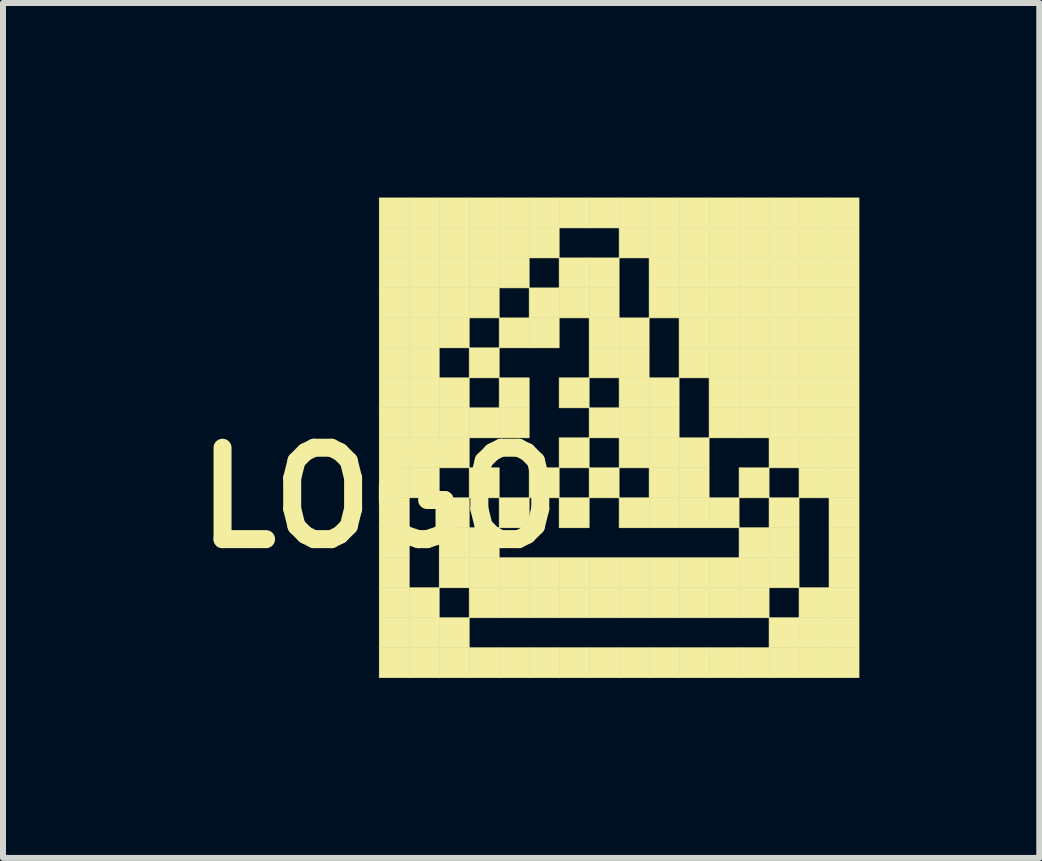
<source format=kicad_pcb>
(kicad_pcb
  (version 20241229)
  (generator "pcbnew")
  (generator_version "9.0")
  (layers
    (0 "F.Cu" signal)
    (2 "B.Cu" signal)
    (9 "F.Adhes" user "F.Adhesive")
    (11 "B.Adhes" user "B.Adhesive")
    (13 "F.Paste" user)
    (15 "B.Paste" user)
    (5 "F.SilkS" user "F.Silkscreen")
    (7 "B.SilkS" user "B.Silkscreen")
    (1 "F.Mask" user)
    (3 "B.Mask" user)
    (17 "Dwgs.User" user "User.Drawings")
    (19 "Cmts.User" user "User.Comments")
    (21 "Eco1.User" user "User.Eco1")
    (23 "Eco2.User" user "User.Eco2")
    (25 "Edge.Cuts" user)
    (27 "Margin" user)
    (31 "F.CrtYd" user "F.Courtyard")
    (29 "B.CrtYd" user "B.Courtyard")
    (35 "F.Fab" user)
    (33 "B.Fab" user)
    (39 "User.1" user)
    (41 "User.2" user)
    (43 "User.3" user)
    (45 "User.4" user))
  (footprint "LOGO"
    (layer "F.Cu")
    (at 3.273 0.25)
    (property "Reference" "LOGO" (at 0 5 0) (layer "F.SilkS") (effects (font (size 1.524 1.524) (thickness 0.3))))
    (attr through_hole)
    (fp_poly (pts (xy 0 0) (xy 0.5 0) (xy 0.5 0.5) (xy 0 0.5) (xy 0 0)) (stroke (width 0.01) (type solid)) (fill yes) (layer "F.SilkS"))
    (fp_poly (pts (xy 0 0.5) (xy 0.5 0.5) (xy 0.5 1) (xy 0 1) (xy 0 0.5)) (stroke (width 0.01) (type solid)) (fill yes) (layer "F.SilkS"))
    (fp_poly (pts (xy 0 1) (xy 0.5 1) (xy 0.5 1.5) (xy 0 1.5) (xy 0 1)) (stroke (width 0.01) (type solid)) (fill yes) (layer "F.SilkS"))
    (fp_poly (pts (xy 0 1.5) (xy 0.5 1.5) (xy 0.5 2) (xy 0 2) (xy 0 1.5)) (stroke (width 0.01) (type solid)) (fill yes) (layer "F.SilkS"))
    (fp_poly (pts (xy 0 2) (xy 0.5 2) (xy 0.5 2.5) (xy 0 2.5) (xy 0 2)) (stroke (width 0.01) (type solid)) (fill yes) (layer "F.SilkS"))
    (fp_poly (pts (xy 0 2.5) (xy 0.5 2.5) (xy 0.5 3) (xy 0 3) (xy 0 2.5)) (stroke (width 0.01) (type solid)) (fill yes) (layer "F.SilkS"))
    (fp_poly (pts (xy 0 3) (xy 0.5 3) (xy 0.5 3.5) (xy 0 3.5) (xy 0 3)) (stroke (width 0.01) (type solid)) (fill yes) (layer "F.SilkS"))
    (fp_poly (pts (xy 0 3.5) (xy 0.5 3.5) (xy 0.5 4) (xy 0 4) (xy 0 3.5)) (stroke (width 0.01) (type solid)) (fill yes) (layer "F.SilkS"))
    (fp_poly (pts (xy 0 4) (xy 0.5 4) (xy 0.5 4.5) (xy 0 4.5) (xy 0 4)) (stroke (width 0.01) (type solid)) (fill yes) (layer "F.SilkS"))
    (fp_poly (pts (xy 0 4.5) (xy 0.5 4.5) (xy 0.5 5) (xy 0 5) (xy 0 4.5)) (stroke (width 0.01) (type solid)) (fill yes) (layer "F.SilkS"))
    (fp_poly (pts (xy 0 5) (xy 0.5 5) (xy 0.5 5.5) (xy 0 5.5) (xy 0 5)) (stroke (width 0.01) (type solid)) (fill yes) (layer "F.SilkS"))
    (fp_poly (pts (xy 0 5.5) (xy 0.5 5.5) (xy 0.5 6) (xy 0 6) (xy 0 5.5)) (stroke (width 0.01) (type solid)) (fill yes) (layer "F.SilkS"))
    (fp_poly (pts (xy 0 6) (xy 0.5 6) (xy 0.5 6.5) (xy 0 6.5) (xy 0 6)) (stroke (width 0.01) (type solid)) (fill yes) (layer "F.SilkS"))
    (fp_poly (pts (xy 0 6.5) (xy 0.5 6.5) (xy 0.5 7) (xy 0 7) (xy 0 6.5)) (stroke (width 0.01) (type solid)) (fill yes) (layer "F.SilkS"))
    (fp_poly (pts (xy 0 7) (xy 0.5 7) (xy 0.5 7.5) (xy 0 7.5) (xy 0 7)) (stroke (width 0.01) (type solid)) (fill yes) (layer "F.SilkS"))
    (fp_poly (pts (xy 0 7.5) (xy 0.5 7.5) (xy 0.5 8) (xy 0 8) (xy 0 7.5)) (stroke (width 0.01) (type solid)) (fill yes) (layer "F.SilkS"))
    (fp_poly (pts (xy 0.5 0) (xy 1 0) (xy 1 0.5) (xy 0.5 0.5) (xy 0.5 0)) (stroke (width 0.01) (type solid)) (fill yes) (layer "F.SilkS"))
    (fp_poly (pts (xy 0.5 0.5) (xy 1 0.5) (xy 1 1) (xy 0.5 1) (xy 0.5 0.5)) (stroke (width 0.01) (type solid)) (fill yes) (layer "F.SilkS"))
    (fp_poly (pts (xy 0.5 1) (xy 1 1) (xy 1 1.5) (xy 0.5 1.5) (xy 0.5 1)) (stroke (width 0.01) (type solid)) (fill yes) (layer "F.SilkS"))
    (fp_poly (pts (xy 0.5 1.5) (xy 1 1.5) (xy 1 2) (xy 0.5 2) (xy 0.5 1.5)) (stroke (width 0.01) (type solid)) (fill yes) (layer "F.SilkS"))
    (fp_poly (pts (xy 0.5 2) (xy 1 2) (xy 1 2.5) (xy 0.5 2.5) (xy 0.5 2)) (stroke (width 0.01) (type solid)) (fill yes) (layer "F.SilkS"))
    (fp_poly (pts (xy 0.5 2.5) (xy 1 2.5) (xy 1 3) (xy 0.5 3) (xy 0.5 2.5)) (stroke (width 0.01) (type solid)) (fill yes) (layer "F.SilkS"))
    (fp_poly (pts (xy 0.5 3) (xy 1 3) (xy 1 3.5) (xy 0.5 3.5) (xy 0.5 3)) (stroke (width 0.01) (type solid)) (fill yes) (layer "F.SilkS"))
    (fp_poly (pts (xy 0.5 3.5) (xy 1 3.5) (xy 1 4) (xy 0.5 4) (xy 0.5 3.5)) (stroke (width 0.01) (type solid)) (fill yes) (layer "F.SilkS"))
    (fp_poly (pts (xy 0.5 4) (xy 1 4) (xy 1 4.5) (xy 0.5 4.5) (xy 0.5 4)) (stroke (width 0.01) (type solid)) (fill yes) (layer "F.SilkS"))
    (fp_poly (pts (xy 0.5 4.5) (xy 1 4.5) (xy 1 5) (xy 0.5 5) (xy 0.5 4.5)) (stroke (width 0.01) (type solid)) (fill yes) (layer "F.SilkS"))
    (fp_poly (pts (xy 0.5 6.5) (xy 1 6.5) (xy 1 7) (xy 0.5 7) (xy 0.5 6.5)) (stroke (width 0.01) (type solid)) (fill yes) (layer "F.SilkS"))
    (fp_poly (pts (xy 0.5 7) (xy 1 7) (xy 1 7.5) (xy 0.5 7.5) (xy 0.5 7)) (stroke (width 0.01) (type solid)) (fill yes) (layer "F.SilkS"))
    (fp_poly (pts (xy 0.5 7.5) (xy 1 7.5) (xy 1 8) (xy 0.5 8) (xy 0.5 7.5)) (stroke (width 0.01) (type solid)) (fill yes) (layer "F.SilkS"))
    (fp_poly (pts (xy 1 0) (xy 1.5 0) (xy 1.5 0.5) (xy 1 0.5) (xy 1 0)) (stroke (width 0.01) (type solid)) (fill yes) (layer "F.SilkS"))
    (fp_poly (pts (xy 1 0.5) (xy 1.5 0.5) (xy 1.5 1) (xy 1 1) (xy 1 0.5)) (stroke (width 0.01) (type solid)) (fill yes) (layer "F.SilkS"))
    (fp_poly (pts (xy 1 1) (xy 1.5 1) (xy 1.5 1.5) (xy 1 1.5) (xy 1 1)) (stroke (width 0.01) (type solid)) (fill yes) (layer "F.SilkS"))
    (fp_poly (pts (xy 1 1.5) (xy 1.5 1.5) (xy 1.5 2) (xy 1 2) (xy 1 1.5)) (stroke (width 0.01) (type solid)) (fill yes) (layer "F.SilkS"))
    (fp_poly (pts (xy 1 2) (xy 1.5 2) (xy 1.5 2.5) (xy 1 2.5) (xy 1 2)) (stroke (width 0.01) (type solid)) (fill yes) (layer "F.SilkS"))
    (fp_poly (pts (xy 1 3) (xy 1.5 3) (xy 1.5 3.5) (xy 1 3.5) (xy 1 3)) (stroke (width 0.01) (type solid)) (fill yes) (layer "F.SilkS"))
    (fp_poly (pts (xy 1 3.5) (xy 1.5 3.5) (xy 1.5 4) (xy 1 4) (xy 1 3.5)) (stroke (width 0.01) (type solid)) (fill yes) (layer "F.SilkS"))
    (fp_poly (pts (xy 1 4) (xy 1.5 4) (xy 1.5 4.5) (xy 1 4.5) (xy 1 4)) (stroke (width 0.01) (type solid)) (fill yes) (layer "F.SilkS"))
    (fp_poly (pts (xy 1 5) (xy 1.5 5) (xy 1.5 5.5) (xy 1 5.5) (xy 1 5)) (stroke (width 0.01) (type solid)) (fill yes) (layer "F.SilkS"))
    (fp_poly (pts (xy 1 5.5) (xy 1.5 5.5) (xy 1.5 6) (xy 1 6) (xy 1 5.5)) (stroke (width 0.01) (type solid)) (fill yes) (layer "F.SilkS"))
    (fp_poly (pts (xy 1 6) (xy 1.5 6) (xy 1.5 6.5) (xy 1 6.5) (xy 1 6)) (stroke (width 0.01) (type solid)) (fill yes) (layer "F.SilkS"))
    (fp_poly (pts (xy 1 7) (xy 1.5 7) (xy 1.5 7.5) (xy 1 7.5) (xy 1 7)) (stroke (width 0.01) (type solid)) (fill yes) (layer "F.SilkS"))
    (fp_poly (pts (xy 1 7.5) (xy 1.5 7.5) (xy 1.5 8) (xy 1 8) (xy 1 7.5)) (stroke (width 0.01) (type solid)) (fill yes) (layer "F.SilkS"))
    (fp_poly (pts (xy 1.5 0) (xy 2 0) (xy 2 0.5) (xy 1.5 0.5) (xy 1.5 0)) (stroke (width 0.01) (type solid)) (fill yes) (layer "F.SilkS"))
    (fp_poly (pts (xy 1.5 0.5) (xy 2 0.5) (xy 2 1) (xy 1.5 1) (xy 1.5 0.5)) (stroke (width 0.01) (type solid)) (fill yes) (layer "F.SilkS"))
    (fp_poly (pts (xy 1.5 1) (xy 2 1) (xy 2 1.5) (xy 1.5 1.5) (xy 1.5 1)) (stroke (width 0.01) (type solid)) (fill yes) (layer "F.SilkS"))
    (fp_poly (pts (xy 1.5 1.5) (xy 2 1.5) (xy 2 2) (xy 1.5 2) (xy 1.5 1.5)) (stroke (width 0.01) (type solid)) (fill yes) (layer "F.SilkS"))
    (fp_poly (pts (xy 1.5 2.5) (xy 2 2.5) (xy 2 3) (xy 1.5 3) (xy 1.5 2.5)) (stroke (width 0.01) (type solid)) (fill yes) (layer "F.SilkS"))
    (fp_poly (pts (xy 1.5 3.5) (xy 2 3.5) (xy 2 4) (xy 1.5 4) (xy 1.5 3.5)) (stroke (width 0.01) (type solid)) (fill yes) (layer "F.SilkS"))
    (fp_poly (pts (xy 1.5 4.5) (xy 2 4.5) (xy 2 5) (xy 1.5 5) (xy 1.5 4.5)) (stroke (width 0.01) (type solid)) (fill yes) (layer "F.SilkS"))
    (fp_poly (pts (xy 1.5 5.5) (xy 2 5.5) (xy 2 6) (xy 1.5 6) (xy 1.5 5.5)) (stroke (width 0.01) (type solid)) (fill yes) (layer "F.SilkS"))
    (fp_poly (pts (xy 1.5 6) (xy 2 6) (xy 2 6.5) (xy 1.5 6.5) (xy 1.5 6)) (stroke (width 0.01) (type solid)) (fill yes) (layer "F.SilkS"))
    (fp_poly (pts (xy 1.5 6.5) (xy 2 6.5) (xy 2 7) (xy 1.5 7) (xy 1.5 6.5)) (stroke (width 0.01) (type solid)) (fill yes) (layer "F.SilkS"))
    (fp_poly (pts (xy 1.5 7.5) (xy 2 7.5) (xy 2 8) (xy 1.5 8) (xy 1.5 7.5)) (stroke (width 0.01) (type solid)) (fill yes) (layer "F.SilkS"))
    (fp_poly (pts (xy 2 0) (xy 2.5 0) (xy 2.5 0.5) (xy 2 0.5) (xy 2 0)) (stroke (width 0.01) (type solid)) (fill yes) (layer "F.SilkS"))
    (fp_poly (pts (xy 2 0.5) (xy 2.5 0.5) (xy 2.5 1) (xy 2 1) (xy 2 0.5)) (stroke (width 0.01) (type solid)) (fill yes) (layer "F.SilkS"))
    (fp_poly (pts (xy 2 1) (xy 2.5 1) (xy 2.5 1.5) (xy 2 1.5) (xy 2 1)) (stroke (width 0.01) (type solid)) (fill yes) (layer "F.SilkS"))
    (fp_poly (pts (xy 2 2) (xy 2.5 2) (xy 2.5 2.5) (xy 2 2.5) (xy 2 2)) (stroke (width 0.01) (type solid)) (fill yes) (layer "F.SilkS"))
    (fp_poly (pts (xy 2 3) (xy 2.5 3) (xy 2.5 3.5) (xy 2 3.5) (xy 2 3)) (stroke (width 0.01) (type solid)) (fill yes) (layer "F.SilkS"))
    (fp_poly (pts (xy 2 3.5) (xy 2.5 3.5) (xy 2.5 4) (xy 2 4) (xy 2 3.5)) (stroke (width 0.01) (type solid)) (fill yes) (layer "F.SilkS"))
    (fp_poly (pts (xy 2 5) (xy 2.5 5) (xy 2.5 5.5) (xy 2 5.5) (xy 2 5)) (stroke (width 0.01) (type solid)) (fill yes) (layer "F.SilkS"))
    (fp_poly (pts (xy 2 6) (xy 2.5 6) (xy 2.5 6.5) (xy 2 6.5) (xy 2 6)) (stroke (width 0.01) (type solid)) (fill yes) (layer "F.SilkS"))
    (fp_poly (pts (xy 2 6.5) (xy 2.5 6.5) (xy 2.5 7) (xy 2 7) (xy 2 6.5)) (stroke (width 0.01) (type solid)) (fill yes) (layer "F.SilkS"))
    (fp_poly (pts (xy 2 7.5) (xy 2.5 7.5) (xy 2.5 8) (xy 2 8) (xy 2 7.5)) (stroke (width 0.01) (type solid)) (fill yes) (layer "F.SilkS"))
    (fp_poly (pts (xy 2.5 0) (xy 3 0) (xy 3 0.5) (xy 2.5 0.5) (xy 2.5 0)) (stroke (width 0.01) (type solid)) (fill yes) (layer "F.SilkS"))
    (fp_poly (pts (xy 2.5 0.5) (xy 3 0.5) (xy 3 1) (xy 2.5 1) (xy 2.5 0.5)) (stroke (width 0.01) (type solid)) (fill yes) (layer "F.SilkS"))
    (fp_poly (pts (xy 2.5 1.5) (xy 3 1.5) (xy 3 2) (xy 2.5 2) (xy 2.5 1.5)) (stroke (width 0.01) (type solid)) (fill yes) (layer "F.SilkS"))
    (fp_poly (pts (xy 2.5 2) (xy 3 2) (xy 3 2.5) (xy 2.5 2.5) (xy 2.5 2)) (stroke (width 0.01) (type solid)) (fill yes) (layer "F.SilkS"))
    (fp_poly (pts (xy 2.5 4.5) (xy 3 4.5) (xy 3 5) (xy 2.5 5) (xy 2.5 4.5)) (stroke (width 0.01) (type solid)) (fill yes) (layer "F.SilkS"))
    (fp_poly (pts (xy 2.5 6) (xy 3 6) (xy 3 6.5) (xy 2.5 6.5) (xy 2.5 6)) (stroke (width 0.01) (type solid)) (fill yes) (layer "F.SilkS"))
    (fp_poly (pts (xy 2.5 6.5) (xy 3 6.5) (xy 3 7) (xy 2.5 7) (xy 2.5 6.5)) (stroke (width 0.01) (type solid)) (fill yes) (layer "F.SilkS"))
    (fp_poly (pts (xy 2.5 7.5) (xy 3 7.5) (xy 3 8) (xy 2.5 8) (xy 2.5 7.5)) (stroke (width 0.01) (type solid)) (fill yes) (layer "F.SilkS"))
    (fp_poly (pts (xy 3 0) (xy 3.5 0) (xy 3.5 0.5) (xy 3 0.5) (xy 3 0)) (stroke (width 0.01) (type solid)) (fill yes) (layer "F.SilkS"))
    (fp_poly (pts (xy 3 1) (xy 3.5 1) (xy 3.5 1.5) (xy 3 1.5) (xy 3 1)) (stroke (width 0.01) (type solid)) (fill yes) (layer "F.SilkS"))
    (fp_poly (pts (xy 3 1.5) (xy 3.5 1.5) (xy 3.5 2) (xy 3 2) (xy 3 1.5)) (stroke (width 0.01) (type solid)) (fill yes) (layer "F.SilkS"))
    (fp_poly (pts (xy 3 3) (xy 3.5 3) (xy 3.5 3.5) (xy 3 3.5) (xy 3 3)) (stroke (width 0.01) (type solid)) (fill yes) (layer "F.SilkS"))
    (fp_poly (pts (xy 3 4) (xy 3.5 4) (xy 3.5 4.5) (xy 3 4.5) (xy 3 4)) (stroke (width 0.01) (type solid)) (fill yes) (layer "F.SilkS"))
    (fp_poly (pts (xy 3 5) (xy 3.5 5) (xy 3.5 5.5) (xy 3 5.5) (xy 3 5)) (stroke (width 0.01) (type solid)) (fill yes) (layer "F.SilkS"))
    (fp_poly (pts (xy 3 6) (xy 3.5 6) (xy 3.5 6.5) (xy 3 6.5) (xy 3 6)) (stroke (width 0.01) (type solid)) (fill yes) (layer "F.SilkS"))
    (fp_poly (pts (xy 3 6.5) (xy 3.5 6.5) (xy 3.5 7) (xy 3 7) (xy 3 6.5)) (stroke (width 0.01) (type solid)) (fill yes) (layer "F.SilkS"))
    (fp_poly (pts (xy 3 7.5) (xy 3.5 7.5) (xy 3.5 8) (xy 3 8) (xy 3 7.5)) (stroke (width 0.01) (type solid)) (fill yes) (layer "F.SilkS"))
    (fp_poly (pts (xy 3.5 0) (xy 4 0) (xy 4 0.5) (xy 3.5 0.5) (xy 3.5 0)) (stroke (width 0.01) (type solid)) (fill yes) (layer "F.SilkS"))
    (fp_poly (pts (xy 3.5 1) (xy 4 1) (xy 4 1.5) (xy 3.5 1.5) (xy 3.5 1)) (stroke (width 0.01) (type solid)) (fill yes) (layer "F.SilkS"))
    (fp_poly (pts (xy 3.5 1.5) (xy 4 1.5) (xy 4 2) (xy 3.5 2) (xy 3.5 1.5)) (stroke (width 0.01) (type solid)) (fill yes) (layer "F.SilkS"))
    (fp_poly (pts (xy 3.5 2) (xy 4 2) (xy 4 2.5) (xy 3.5 2.5) (xy 3.5 2)) (stroke (width 0.01) (type solid)) (fill yes) (layer "F.SilkS"))
    (fp_poly (pts (xy 3.5 2.5) (xy 4 2.5) (xy 4 3) (xy 3.5 3) (xy 3.5 2.5)) (stroke (width 0.01) (type solid)) (fill yes) (layer "F.SilkS"))
    (fp_poly (pts (xy 3.5 3.5) (xy 4 3.5) (xy 4 4) (xy 3.5 4) (xy 3.5 3.5)) (stroke (width 0.01) (type solid)) (fill yes) (layer "F.SilkS"))
    (fp_poly (pts (xy 3.5 4.5) (xy 4 4.5) (xy 4 5) (xy 3.5 5) (xy 3.5 4.5)) (stroke (width 0.01) (type solid)) (fill yes) (layer "F.SilkS"))
    (fp_poly (pts (xy 3.5 6) (xy 4 6) (xy 4 6.5) (xy 3.5 6.5) (xy 3.5 6)) (stroke (width 0.01) (type solid)) (fill yes) (layer "F.SilkS"))
    (fp_poly (pts (xy 3.5 6.5) (xy 4 6.5) (xy 4 7) (xy 3.5 7) (xy 3.5 6.5)) (stroke (width 0.01) (type solid)) (fill yes) (layer "F.SilkS"))
    (fp_poly (pts (xy 3.5 7.5) (xy 4 7.5) (xy 4 8) (xy 3.5 8) (xy 3.5 7.5)) (stroke (width 0.01) (type solid)) (fill yes) (layer "F.SilkS"))
    (fp_poly (pts (xy 4 0) (xy 4.5 0) (xy 4.5 0.5) (xy 4 0.5) (xy 4 0)) (stroke (width 0.01) (type solid)) (fill yes) (layer "F.SilkS"))
    (fp_poly (pts (xy 4 0.5) (xy 4.5 0.5) (xy 4.5 1) (xy 4 1) (xy 4 0.5)) (stroke (width 0.01) (type solid)) (fill yes) (layer "F.SilkS"))
    (fp_poly (pts (xy 4 2) (xy 4.5 2) (xy 4.5 2.5) (xy 4 2.5) (xy 4 2)) (stroke (width 0.01) (type solid)) (fill yes) (layer "F.SilkS"))
    (fp_poly (pts (xy 4 2.5) (xy 4.5 2.5) (xy 4.5 3) (xy 4 3) (xy 4 2.5)) (stroke (width 0.01) (type solid)) (fill yes) (layer "F.SilkS"))
    (fp_poly (pts (xy 4 3) (xy 4.5 3) (xy 4.5 3.5) (xy 4 3.5) (xy 4 3)) (stroke (width 0.01) (type solid)) (fill yes) (layer "F.SilkS"))
    (fp_poly (pts (xy 4 3.5) (xy 4.5 3.5) (xy 4.5 4) (xy 4 4) (xy 4 3.5)) (stroke (width 0.01) (type solid)) (fill yes) (layer "F.SilkS"))
    (fp_poly (pts (xy 4 4) (xy 4.5 4) (xy 4.5 4.5) (xy 4 4.5) (xy 4 4)) (stroke (width 0.01) (type solid)) (fill yes) (layer "F.SilkS"))
    (fp_poly (pts (xy 4 5) (xy 4.5 5) (xy 4.5 5.5) (xy 4 5.5) (xy 4 5)) (stroke (width 0.01) (type solid)) (fill yes) (layer "F.SilkS"))
    (fp_poly (pts (xy 4 6) (xy 4.5 6) (xy 4.5 6.5) (xy 4 6.5) (xy 4 6)) (stroke (width 0.01) (type solid)) (fill yes) (layer "F.SilkS"))
    (fp_poly (pts (xy 4 6.5) (xy 4.5 6.5) (xy 4.5 7) (xy 4 7) (xy 4 6.5)) (stroke (width 0.01) (type solid)) (fill yes) (layer "F.SilkS"))
    (fp_poly (pts (xy 4 7.5) (xy 4.5 7.5) (xy 4.5 8) (xy 4 8) (xy 4 7.5)) (stroke (width 0.01) (type solid)) (fill yes) (layer "F.SilkS"))
    (fp_poly (pts (xy 4.5 0) (xy 5 0) (xy 5 0.5) (xy 4.5 0.5) (xy 4.5 0)) (stroke (width 0.01) (type solid)) (fill yes) (layer "F.SilkS"))
    (fp_poly (pts (xy 4.5 0.5) (xy 5 0.5) (xy 5 1) (xy 4.5 1) (xy 4.5 0.5)) (stroke (width 0.01) (type solid)) (fill yes) (layer "F.SilkS"))
    (fp_poly (pts (xy 4.5 1) (xy 5 1) (xy 5 1.5) (xy 4.5 1.5) (xy 4.5 1)) (stroke (width 0.01) (type solid)) (fill yes) (layer "F.SilkS"))
    (fp_poly (pts (xy 4.5 1.5) (xy 5 1.5) (xy 5 2) (xy 4.5 2) (xy 4.5 1.5)) (stroke (width 0.01) (type solid)) (fill yes) (layer "F.SilkS"))
    (fp_poly (pts (xy 4.5 3) (xy 5 3) (xy 5 3.5) (xy 4.5 3.5) (xy 4.5 3)) (stroke (width 0.01) (type solid)) (fill yes) (layer "F.SilkS"))
    (fp_poly (pts (xy 4.5 3.5) (xy 5 3.5) (xy 5 4) (xy 4.5 4) (xy 4.5 3.5)) (stroke (width 0.01) (type solid)) (fill yes) (layer "F.SilkS"))
    (fp_poly (pts (xy 4.5 4) (xy 5 4) (xy 5 4.5) (xy 4.5 4.5) (xy 4.5 4)) (stroke (width 0.01) (type solid)) (fill yes) (layer "F.SilkS"))
    (fp_poly (pts (xy 4.5 4.5) (xy 5 4.5) (xy 5 5) (xy 4.5 5) (xy 4.5 4.5)) (stroke (width 0.01) (type solid)) (fill yes) (layer "F.SilkS"))
    (fp_poly (pts (xy 4.5 5) (xy 5 5) (xy 5 5.5) (xy 4.5 5.5) (xy 4.5 5)) (stroke (width 0.01) (type solid)) (fill yes) (layer "F.SilkS"))
    (fp_poly (pts (xy 4.5 6) (xy 5 6) (xy 5 6.5) (xy 4.5 6.5) (xy 4.5 6)) (stroke (width 0.01) (type solid)) (fill yes) (layer "F.SilkS"))
    (fp_poly (pts (xy 4.5 6.5) (xy 5 6.5) (xy 5 7) (xy 4.5 7) (xy 4.5 6.5)) (stroke (width 0.01) (type solid)) (fill yes) (layer "F.SilkS"))
    (fp_poly (pts (xy 4.5 7.5) (xy 5 7.5) (xy 5 8) (xy 4.5 8) (xy 4.5 7.5)) (stroke (width 0.01) (type solid)) (fill yes) (layer "F.SilkS"))
    (fp_poly (pts (xy 5 0) (xy 5.5 0) (xy 5.5 0.5) (xy 5 0.5) (xy 5 0)) (stroke (width 0.01) (type solid)) (fill yes) (layer "F.SilkS"))
    (fp_poly (pts (xy 5 0.5) (xy 5.5 0.5) (xy 5.5 1) (xy 5 1) (xy 5 0.5)) (stroke (width 0.01) (type solid)) (fill yes) (layer "F.SilkS"))
    (fp_poly (pts (xy 5 1) (xy 5.5 1) (xy 5.5 1.5) (xy 5 1.5) (xy 5 1)) (stroke (width 0.01) (type solid)) (fill yes) (layer "F.SilkS"))
    (fp_poly (pts (xy 5 1.5) (xy 5.5 1.5) (xy 5.5 2) (xy 5 2) (xy 5 1.5)) (stroke (width 0.01) (type solid)) (fill yes) (layer "F.SilkS"))
    (fp_poly (pts (xy 5 2) (xy 5.5 2) (xy 5.5 2.5) (xy 5 2.5) (xy 5 2)) (stroke (width 0.01) (type solid)) (fill yes) (layer "F.SilkS"))
    (fp_poly (pts (xy 5 2.5) (xy 5.5 2.5) (xy 5.5 3) (xy 5 3) (xy 5 2.5)) (stroke (width 0.01) (type solid)) (fill yes) (layer "F.SilkS"))
    (fp_poly (pts (xy 5 4) (xy 5.5 4) (xy 5.5 4.5) (xy 5 4.5) (xy 5 4)) (stroke (width 0.01) (type solid)) (fill yes) (layer "F.SilkS"))
    (fp_poly (pts (xy 5 4.5) (xy 5.5 4.5) (xy 5.5 5) (xy 5 5) (xy 5 4.5)) (stroke (width 0.01) (type solid)) (fill yes) (layer "F.SilkS"))
    (fp_poly (pts (xy 5 5) (xy 5.5 5) (xy 5.5 5.5) (xy 5 5.5) (xy 5 5)) (stroke (width 0.01) (type solid)) (fill yes) (layer "F.SilkS"))
    (fp_poly (pts (xy 5 6) (xy 5.5 6) (xy 5.5 6.5) (xy 5 6.5) (xy 5 6)) (stroke (width 0.01) (type solid)) (fill yes) (layer "F.SilkS"))
    (fp_poly (pts (xy 5 6.5) (xy 5.5 6.5) (xy 5.5 7) (xy 5 7) (xy 5 6.5)) (stroke (width 0.01) (type solid)) (fill yes) (layer "F.SilkS"))
    (fp_poly (pts (xy 5 7.5) (xy 5.5 7.5) (xy 5.5 8) (xy 5 8) (xy 5 7.5)) (stroke (width 0.01) (type solid)) (fill yes) (layer "F.SilkS"))
    (fp_poly (pts (xy 5.5 0) (xy 6 0) (xy 6 0.5) (xy 5.5 0.5) (xy 5.5 0)) (stroke (width 0.01) (type solid)) (fill yes) (layer "F.SilkS"))
    (fp_poly (pts (xy 5.5 0.5) (xy 6 0.5) (xy 6 1) (xy 5.5 1) (xy 5.5 0.5)) (stroke (width 0.01) (type solid)) (fill yes) (layer "F.SilkS"))
    (fp_poly (pts (xy 5.5 1) (xy 6 1) (xy 6 1.5) (xy 5.5 1.5) (xy 5.5 1)) (stroke (width 0.01) (type solid)) (fill yes) (layer "F.SilkS"))
    (fp_poly (pts (xy 5.5 1.5) (xy 6 1.5) (xy 6 2) (xy 5.5 2) (xy 5.5 1.5)) (stroke (width 0.01) (type solid)) (fill yes) (layer "F.SilkS"))
    (fp_poly (pts (xy 5.5 2) (xy 6 2) (xy 6 2.5) (xy 5.5 2.5) (xy 5.5 2)) (stroke (width 0.01) (type solid)) (fill yes) (layer "F.SilkS"))
    (fp_poly (pts (xy 5.5 2.5) (xy 6 2.5) (xy 6 3) (xy 5.5 3) (xy 5.5 2.5)) (stroke (width 0.01) (type solid)) (fill yes) (layer "F.SilkS"))
    (fp_poly (pts (xy 5.5 3) (xy 6 3) (xy 6 3.5) (xy 5.5 3.5) (xy 5.5 3)) (stroke (width 0.01) (type solid)) (fill yes) (layer "F.SilkS"))
    (fp_poly (pts (xy 5.5 3.5) (xy 6 3.5) (xy 6 4) (xy 5.5 4) (xy 5.5 3.5)) (stroke (width 0.01) (type solid)) (fill yes) (layer "F.SilkS"))
    (fp_poly (pts (xy 5.5 5) (xy 6 5) (xy 6 5.5) (xy 5.5 5.5) (xy 5.5 5)) (stroke (width 0.01) (type solid)) (fill yes) (layer "F.SilkS"))
    (fp_poly (pts (xy 5.5 6) (xy 6 6) (xy 6 6.5) (xy 5.5 6.5) (xy 5.5 6)) (stroke (width 0.01) (type solid)) (fill yes) (layer "F.SilkS"))
    (fp_poly (pts (xy 5.5 6.5) (xy 6 6.5) (xy 6 7) (xy 5.5 7) (xy 5.5 6.5)) (stroke (width 0.01) (type solid)) (fill yes) (layer "F.SilkS"))
    (fp_poly (pts (xy 5.5 7.5) (xy 6 7.5) (xy 6 8) (xy 5.5 8) (xy 5.5 7.5)) (stroke (width 0.01) (type solid)) (fill yes) (layer "F.SilkS"))
    (fp_poly (pts (xy 6 0) (xy 6.5 0) (xy 6.5 0.5) (xy 6 0.5) (xy 6 0)) (stroke (width 0.01) (type solid)) (fill yes) (layer "F.SilkS"))
    (fp_poly (pts (xy 6 0.5) (xy 6.5 0.5) (xy 6.5 1) (xy 6 1) (xy 6 0.5)) (stroke (width 0.01) (type solid)) (fill yes) (layer "F.SilkS"))
    (fp_poly (pts (xy 6 1) (xy 6.5 1) (xy 6.5 1.5) (xy 6 1.5) (xy 6 1)) (stroke (width 0.01) (type solid)) (fill yes) (layer "F.SilkS"))
    (fp_poly (pts (xy 6 1.5) (xy 6.5 1.5) (xy 6.5 2) (xy 6 2) (xy 6 1.5)) (stroke (width 0.01) (type solid)) (fill yes) (layer "F.SilkS"))
    (fp_poly (pts (xy 6 2) (xy 6.5 2) (xy 6.5 2.5) (xy 6 2.5) (xy 6 2)) (stroke (width 0.01) (type solid)) (fill yes) (layer "F.SilkS"))
    (fp_poly (pts (xy 6 2.5) (xy 6.5 2.5) (xy 6.5 3) (xy 6 3) (xy 6 2.5)) (stroke (width 0.01) (type solid)) (fill yes) (layer "F.SilkS"))
    (fp_poly (pts (xy 6 3) (xy 6.5 3) (xy 6.5 3.5) (xy 6 3.5) (xy 6 3)) (stroke (width 0.01) (type solid)) (fill yes) (layer "F.SilkS"))
    (fp_poly (pts (xy 6 3.5) (xy 6.5 3.5) (xy 6.5 4) (xy 6 4) (xy 6 3.5)) (stroke (width 0.01) (type solid)) (fill yes) (layer "F.SilkS"))
    (fp_poly (pts (xy 6 4.5) (xy 6.5 4.5) (xy 6.5 5) (xy 6 5) (xy 6 4.5)) (stroke (width 0.01) (type solid)) (fill yes) (layer "F.SilkS"))
    (fp_poly (pts (xy 6 5.5) (xy 6.5 5.5) (xy 6.5 6) (xy 6 6) (xy 6 5.5)) (stroke (width 0.01) (type solid)) (fill yes) (layer "F.SilkS"))
    (fp_poly (pts (xy 6 6) (xy 6.5 6) (xy 6.5 6.5) (xy 6 6.5) (xy 6 6)) (stroke (width 0.01) (type solid)) (fill yes) (layer "F.SilkS"))
    (fp_poly (pts (xy 6 6.5) (xy 6.5 6.5) (xy 6.5 7) (xy 6 7) (xy 6 6.5)) (stroke (width 0.01) (type solid)) (fill yes) (layer "F.SilkS"))
    (fp_poly (pts (xy 6 7.5) (xy 6.5 7.5) (xy 6.5 8) (xy 6 8) (xy 6 7.5)) (stroke (width 0.01) (type solid)) (fill yes) (layer "F.SilkS"))
    (fp_poly (pts (xy 6.5 0) (xy 7 0) (xy 7 0.5) (xy 6.5 0.5) (xy 6.5 0)) (stroke (width 0.01) (type solid)) (fill yes) (layer "F.SilkS"))
    (fp_poly (pts (xy 6.5 0.5) (xy 7 0.5) (xy 7 1) (xy 6.5 1) (xy 6.5 0.5)) (stroke (width 0.01) (type solid)) (fill yes) (layer "F.SilkS"))
    (fp_poly (pts (xy 6.5 1) (xy 7 1) (xy 7 1.5) (xy 6.5 1.5) (xy 6.5 1)) (stroke (width 0.01) (type solid)) (fill yes) (layer "F.SilkS"))
    (fp_poly (pts (xy 6.5 1.5) (xy 7 1.5) (xy 7 2) (xy 6.5 2) (xy 6.5 1.5)) (stroke (width 0.01) (type solid)) (fill yes) (layer "F.SilkS"))
    (fp_poly (pts (xy 6.5 2) (xy 7 2) (xy 7 2.5) (xy 6.5 2.5) (xy 6.5 2)) (stroke (width 0.01) (type solid)) (fill yes) (layer "F.SilkS"))
    (fp_poly (pts (xy 6.5 2.5) (xy 7 2.5) (xy 7 3) (xy 6.5 3) (xy 6.5 2.5)) (stroke (width 0.01) (type solid)) (fill yes) (layer "F.SilkS"))
    (fp_poly (pts (xy 6.5 3) (xy 7 3) (xy 7 3.5) (xy 6.5 3.5) (xy 6.5 3)) (stroke (width 0.01) (type solid)) (fill yes) (layer "F.SilkS"))
    (fp_poly (pts (xy 6.5 3.5) (xy 7 3.5) (xy 7 4) (xy 6.5 4) (xy 6.5 3.5)) (stroke (width 0.01) (type solid)) (fill yes) (layer "F.SilkS"))
    (fp_poly (pts (xy 6.5 4) (xy 7 4) (xy 7 4.5) (xy 6.5 4.5) (xy 6.5 4)) (stroke (width 0.01) (type solid)) (fill yes) (layer "F.SilkS"))
    (fp_poly (pts (xy 6.5 5) (xy 7 5) (xy 7 5.5) (xy 6.5 5.5) (xy 6.5 5)) (stroke (width 0.01) (type solid)) (fill yes) (layer "F.SilkS"))
    (fp_poly (pts (xy 6.5 5.5) (xy 7 5.5) (xy 7 6) (xy 6.5 6) (xy 6.5 5.5)) (stroke (width 0.01) (type solid)) (fill yes) (layer "F.SilkS"))
    (fp_poly (pts (xy 6.5 6) (xy 7 6) (xy 7 6.5) (xy 6.5 6.5) (xy 6.5 6)) (stroke (width 0.01) (type solid)) (fill yes) (layer "F.SilkS"))
    (fp_poly (pts (xy 6.5 7) (xy 7 7) (xy 7 7.5) (xy 6.5 7.5) (xy 6.5 7)) (stroke (width 0.01) (type solid)) (fill yes) (layer "F.SilkS"))
    (fp_poly (pts (xy 6.5 7.5) (xy 7 7.5) (xy 7 8) (xy 6.5 8) (xy 6.5 7.5)) (stroke (width 0.01) (type solid)) (fill yes) (layer "F.SilkS"))
    (fp_poly (pts (xy 7 0) (xy 7.5 0) (xy 7.5 0.5) (xy 7 0.5) (xy 7 0)) (stroke (width 0.01) (type solid)) (fill yes) (layer "F.SilkS"))
    (fp_poly (pts (xy 7 0.5) (xy 7.5 0.5) (xy 7.5 1) (xy 7 1) (xy 7 0.5)) (stroke (width 0.01) (type solid)) (fill yes) (layer "F.SilkS"))
    (fp_poly (pts (xy 7 1) (xy 7.5 1) (xy 7.5 1.5) (xy 7 1.5) (xy 7 1)) (stroke (width 0.01) (type solid)) (fill yes) (layer "F.SilkS"))
    (fp_poly (pts (xy 7 1.5) (xy 7.5 1.5) (xy 7.5 2) (xy 7 2) (xy 7 1.5)) (stroke (width 0.01) (type solid)) (fill yes) (layer "F.SilkS"))
    (fp_poly (pts (xy 7 2) (xy 7.5 2) (xy 7.5 2.5) (xy 7 2.5) (xy 7 2)) (stroke (width 0.01) (type solid)) (fill yes) (layer "F.SilkS"))
    (fp_poly (pts (xy 7 2.5) (xy 7.5 2.5) (xy 7.5 3) (xy 7 3) (xy 7 2.5)) (stroke (width 0.01) (type solid)) (fill yes) (layer "F.SilkS"))
    (fp_poly (pts (xy 7 3) (xy 7.5 3) (xy 7.5 3.5) (xy 7 3.5) (xy 7 3)) (stroke (width 0.01) (type solid)) (fill yes) (layer "F.SilkS"))
    (fp_poly (pts (xy 7 3.5) (xy 7.5 3.5) (xy 7.5 4) (xy 7 4) (xy 7 3.5)) (stroke (width 0.01) (type solid)) (fill yes) (layer "F.SilkS"))
    (fp_poly (pts (xy 7 4) (xy 7.5 4) (xy 7.5 4.5) (xy 7 4.5) (xy 7 4)) (stroke (width 0.01) (type solid)) (fill yes) (layer "F.SilkS"))
    (fp_poly (pts (xy 7 4.5) (xy 7.5 4.5) (xy 7.5 5) (xy 7 5) (xy 7 4.5)) (stroke (width 0.01) (type solid)) (fill yes) (layer "F.SilkS"))
    (fp_poly (pts (xy 7 6.5) (xy 7.5 6.5) (xy 7.5 7) (xy 7 7) (xy 7 6.5)) (stroke (width 0.01) (type solid)) (fill yes) (layer "F.SilkS"))
    (fp_poly (pts (xy 7 7) (xy 7.5 7) (xy 7.5 7.5) (xy 7 7.5) (xy 7 7)) (stroke (width 0.01) (type solid)) (fill yes) (layer "F.SilkS"))
    (fp_poly (pts (xy 7 7.5) (xy 7.5 7.5) (xy 7.5 8) (xy 7 8) (xy 7 7.5)) (stroke (width 0.01) (type solid)) (fill yes) (layer "F.SilkS"))
    (fp_poly (pts (xy 7.5 0) (xy 8 0) (xy 8 0.5) (xy 7.5 0.5) (xy 7.5 0)) (stroke (width 0.01) (type solid)) (fill yes) (layer "F.SilkS"))
    (fp_poly (pts (xy 7.5 0.5) (xy 8 0.5) (xy 8 1) (xy 7.5 1) (xy 7.5 0.5)) (stroke (width 0.01) (type solid)) (fill yes) (layer "F.SilkS"))
    (fp_poly (pts (xy 7.5 1) (xy 8 1) (xy 8 1.5) (xy 7.5 1.5) (xy 7.5 1)) (stroke (width 0.01) (type solid)) (fill yes) (layer "F.SilkS"))
    (fp_poly (pts (xy 7.5 1.5) (xy 8 1.5) (xy 8 2) (xy 7.5 2) (xy 7.5 1.5)) (stroke (width 0.01) (type solid)) (fill yes) (layer "F.SilkS"))
    (fp_poly (pts (xy 7.5 2) (xy 8 2) (xy 8 2.5) (xy 7.5 2.5) (xy 7.5 2)) (stroke (width 0.01) (type solid)) (fill yes) (layer "F.SilkS"))
    (fp_poly (pts (xy 7.5 2.5) (xy 8 2.5) (xy 8 3) (xy 7.5 3) (xy 7.5 2.5)) (stroke (width 0.01) (type solid)) (fill yes) (layer "F.SilkS"))
    (fp_poly (pts (xy 7.5 3) (xy 8 3) (xy 8 3.5) (xy 7.5 3.5) (xy 7.5 3)) (stroke (width 0.01) (type solid)) (fill yes) (layer "F.SilkS"))
    (fp_poly (pts (xy 7.5 3.5) (xy 8 3.5) (xy 8 4) (xy 7.5 4) (xy 7.5 3.5)) (stroke (width 0.01) (type solid)) (fill yes) (layer "F.SilkS"))
    (fp_poly (pts (xy 7.5 4) (xy 8 4) (xy 8 4.5) (xy 7.5 4.5) (xy 7.5 4)) (stroke (width 0.01) (type solid)) (fill yes) (layer "F.SilkS"))
    (fp_poly (pts (xy 7.5 4.5) (xy 8 4.5) (xy 8 5) (xy 7.5 5) (xy 7.5 4.5)) (stroke (width 0.01) (type solid)) (fill yes) (layer "F.SilkS"))
    (fp_poly (pts (xy 7.5 5) (xy 8 5) (xy 8 5.5) (xy 7.5 5.5) (xy 7.5 5)) (stroke (width 0.01) (type solid)) (fill yes) (layer "F.SilkS"))
    (fp_poly (pts (xy 7.5 5.5) (xy 8 5.5) (xy 8 6) (xy 7.5 6) (xy 7.5 5.5)) (stroke (width 0.01) (type solid)) (fill yes) (layer "F.SilkS"))
    (fp_poly (pts (xy 7.5 6) (xy 8 6) (xy 8 6.5) (xy 7.5 6.5) (xy 7.5 6)) (stroke (width 0.01) (type solid)) (fill yes) (layer "F.SilkS"))
    (fp_poly (pts (xy 7.5 6.5) (xy 8 6.5) (xy 8 7) (xy 7.5 7) (xy 7.5 6.5)) (stroke (width 0.01) (type solid)) (fill yes) (layer "F.SilkS"))
    (fp_poly (pts (xy 7.5 7) (xy 8 7) (xy 8 7.5) (xy 7.5 7.5) (xy 7.5 7)) (stroke (width 0.01) (type solid)) (fill yes) (layer "F.SilkS"))
    (fp_poly (pts (xy 7.5 7.5) (xy 8 7.5) (xy 8 8) (xy 7.5 8) (xy 7.5 7.5)) (stroke (width 0.01) (type solid)) (fill yes) (layer "F.SilkS")))
  (gr_rect
    (start -3 -3)
    (end 14.278 11.255)
    (stroke (width 0.1) (type default))
    (fill no)
    (layer "Edge.Cuts")))
</source>
